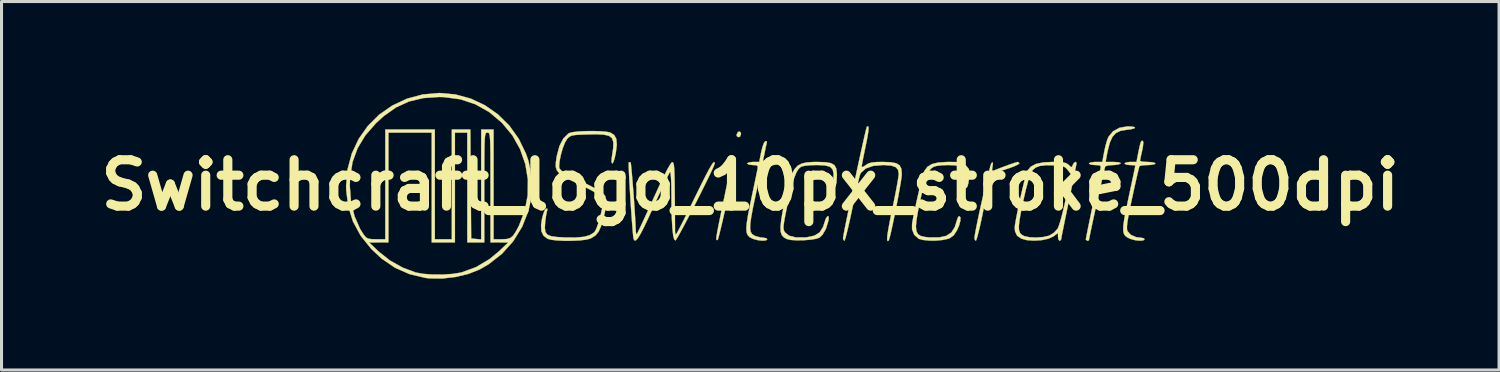
<source format=kicad_pcb>
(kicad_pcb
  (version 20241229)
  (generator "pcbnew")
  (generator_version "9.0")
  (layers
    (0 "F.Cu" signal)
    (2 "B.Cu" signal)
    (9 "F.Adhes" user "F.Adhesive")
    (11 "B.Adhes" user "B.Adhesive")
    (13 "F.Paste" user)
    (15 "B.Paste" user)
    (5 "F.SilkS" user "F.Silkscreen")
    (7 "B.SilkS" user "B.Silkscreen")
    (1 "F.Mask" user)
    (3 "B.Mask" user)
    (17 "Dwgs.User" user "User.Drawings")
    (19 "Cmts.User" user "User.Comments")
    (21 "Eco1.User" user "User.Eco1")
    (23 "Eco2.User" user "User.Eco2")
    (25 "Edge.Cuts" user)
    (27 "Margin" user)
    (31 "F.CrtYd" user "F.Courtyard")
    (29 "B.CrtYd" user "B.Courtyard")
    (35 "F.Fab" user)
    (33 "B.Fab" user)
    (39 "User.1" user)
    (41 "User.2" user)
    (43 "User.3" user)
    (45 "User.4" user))
  (footprint "Switchcraft_logo_10px_stroke_500dpi"
    (layer "F.Cu")
    (at 21.597 3.032)
    (property "Reference" "Switchcraft_logo_10px_stroke_500dpi" (at 0 0 0) (layer "F.SilkS") (effects (font (size 1.524 1.524) (thickness 0.3))))
    (attr through_hole)
    (fp_poly (pts (xy -0.308 -1.711) (xy -0.305 -1.681) (xy -0.337 -1.593) (xy -0.385 -1.575) (xy -0.446 -1.613) (xy -0.448 -1.659) (xy -0.406 -1.744) (xy -0.347 -1.763) (xy -0.308 -1.711)) (stroke (width 0.01) (type solid)) (fill yes) (layer "F.SilkS"))
    (fp_poly (pts (xy -0.568 -0.751) (xy -0.51 -0.723) (xy -0.508 -0.717) (xy -0.519 -0.638) (xy -0.548 -0.479) (xy -0.593 -0.259) (xy -0.65 0.007) (xy -0.714 0.303) (xy -0.782 0.611) (xy -0.851 0.915) (xy -0.916 1.199) (xy -0.975 1.446) (xy -1.023 1.64) (xy -1.057 1.763) (xy -1.071 1.801) (xy -1.108 1.804) (xy -1.118 1.746) (xy -1.107 1.667) (xy -1.079 1.505) (xy -1.035 1.277) (xy -0.978 0.997) (xy -0.913 0.683) (xy -0.889 0.57) (xy -0.822 0.25) (xy -0.762 -0.04) (xy -0.713 -0.283) (xy -0.679 -0.464) (xy -0.662 -0.567) (xy -0.66 -0.582) (xy -0.703 -0.647) (xy -0.762 -0.66) (xy -0.845 -0.682) (xy -0.864 -0.711) (xy -0.819 -0.745) (xy -0.709 -0.762) (xy -0.686 -0.762) (xy -0.568 -0.751)) (stroke (width 0.01) (type solid)) (fill yes) (layer "F.SilkS"))
    (fp_poly (pts (xy 8.838 -0.725) (xy 8.839 -0.715) (xy 8.795 -0.678) (xy 8.677 -0.622) (xy 8.512 -0.56) (xy 8.496 -0.555) (xy 8.321 -0.497) (xy 8.183 -0.444) (xy 8.074 -0.383) (xy 7.988 -0.303) (xy 7.917 -0.19) (xy 7.856 -0.034) (xy 7.796 0.18) (xy 7.732 0.462) (xy 7.656 0.825) (xy 7.615 1.029) (xy 7.557 1.299) (xy 7.502 1.529) (xy 7.456 1.705) (xy 7.422 1.808) (xy 7.408 1.829) (xy 7.373 1.787) (xy 7.366 1.74) (xy 7.377 1.643) (xy 7.408 1.469) (xy 7.454 1.237) (xy 7.511 0.963) (xy 7.576 0.664) (xy 7.646 0.357) (xy 7.715 0.058) (xy 7.781 -0.215) (xy 7.839 -0.447) (xy 7.886 -0.619) (xy 7.918 -0.715) (xy 7.926 -0.728) (xy 7.965 -0.749) (xy 7.969 -0.694) (xy 7.957 -0.617) (xy 7.942 -0.505) (xy 7.963 -0.47) (xy 8.014 -0.484) (xy 8.162 -0.544) (xy 8.34 -0.612) (xy 8.519 -0.677) (xy 8.673 -0.729) (xy 8.772 -0.759) (xy 8.791 -0.762) (xy 8.838 -0.725)) (stroke (width 0.01) (type solid)) (fill yes) (layer "F.SilkS"))
    (fp_poly (pts (xy 0.545 -1.439) (xy 0.541 -1.384) (xy 0.514 -1.274) (xy 0.484 -1.127) (xy 0.483 -1.118) (xy 0.453 -0.97) (xy 0.426 -0.856) (xy 0.425 -0.851) (xy 0.424 -0.798) (xy 0.474 -0.771) (xy 0.596 -0.762) (xy 0.657 -0.762) (xy 0.829 -0.751) (xy 0.904 -0.723) (xy 0.883 -0.69) (xy 0.765 -0.661) (xy 0.648 -0.65) (xy 0.382 -0.635) (xy 0.167 0.368) (xy 0.087 0.748) (xy 0.032 1.042) (xy 0.001 1.262) (xy -0.005 1.42) (xy 0.013 1.53) (xy 0.055 1.603) (xy 0.123 1.652) (xy 0.18 1.677) (xy 0.329 1.716) (xy 0.435 1.727) (xy 0.529 1.745) (xy 0.559 1.778) (xy 0.515 1.815) (xy 0.405 1.825) (xy 0.259 1.81) (xy 0.109 1.771) (xy 0.065 1.754) (xy -0.023 1.706) (xy -0.085 1.644) (xy -0.12 1.554) (xy -0.13 1.423) (xy -0.114 1.237) (xy -0.074 0.985) (xy -0.008 0.652) (xy 0.026 0.488) (xy 0.089 0.188) (xy 0.146 -0.084) (xy 0.193 -0.309) (xy 0.226 -0.47) (xy 0.242 -0.546) (xy 0.246 -0.622) (xy 0.198 -0.654) (xy 0.082 -0.66) (xy -0.038 -0.673) (xy -0.099 -0.703) (xy -0.102 -0.711) (xy -0.057 -0.743) (xy 0.055 -0.761) (xy 0.096 -0.762) (xy 0.294 -0.762) (xy 0.359 -1.09) (xy 0.403 -1.264) (xy 0.453 -1.393) (xy 0.495 -1.445) (xy 0.545 -1.439)) (stroke (width 0.01) (type solid)) (fill yes) (layer "F.SilkS"))
    (fp_poly (pts (xy 12.572 -1.92) (xy 12.64 -1.896) (xy 12.616 -1.865) (xy 12.502 -1.835) (xy 12.361 -1.817) (xy 12.163 -1.784) (xy 12.012 -1.712) (xy 11.898 -1.587) (xy 11.811 -1.395) (xy 11.74 -1.122) (xy 11.707 -0.953) (xy 11.673 -0.762) (xy 11.935 -0.762) (xy 12.091 -0.753) (xy 12.165 -0.729) (xy 12.167 -0.711) (xy 12.101 -0.68) (xy 11.972 -0.662) (xy 11.913 -0.66) (xy 11.77 -0.65) (xy 11.675 -0.624) (xy 11.659 -0.611) (xy 11.643 -0.554) (xy 11.609 -0.414) (xy 11.562 -0.209) (xy 11.504 0.045) (xy 11.44 0.331) (xy 11.373 0.632) (xy 11.308 0.931) (xy 11.247 1.212) (xy 11.195 1.457) (xy 11.155 1.65) (xy 11.131 1.774) (xy 11.125 1.811) (xy 11.086 1.828) (xy 11.074 1.829) (xy 11.025 1.791) (xy 11.024 1.779) (xy 11.034 1.721) (xy 11.061 1.58) (xy 11.103 1.374) (xy 11.155 1.119) (xy 11.214 0.834) (xy 11.276 0.534) (xy 11.339 0.236) (xy 11.398 -0.041) (xy 11.449 -0.282) (xy 11.49 -0.469) (xy 11.507 -0.546) (xy 11.514 -0.619) (xy 11.472 -0.652) (xy 11.357 -0.66) (xy 11.329 -0.66) (xy 11.202 -0.672) (xy 11.131 -0.7) (xy 11.125 -0.711) (xy 11.17 -0.742) (xy 11.285 -0.76) (xy 11.345 -0.762) (xy 11.565 -0.762) (xy 11.627 -1.1) (xy 11.671 -1.299) (xy 11.723 -1.479) (xy 11.765 -1.585) (xy 11.914 -1.766) (xy 12.129 -1.884) (xy 12.391 -1.93) (xy 12.408 -1.93) (xy 12.572 -1.92)) (stroke (width 0.01) (type solid)) (fill yes) (layer "F.SilkS"))
    (fp_poly (pts (xy 12.9 -1.45) (xy 12.911 -1.391) (xy 12.898 -1.264) (xy 12.872 -1.131) (xy 12.835 -0.968) (xy 12.81 -0.846) (xy 12.802 -0.8) (xy 12.848 -0.778) (xy 12.964 -0.765) (xy 13.056 -0.762) (xy 13.2 -0.753) (xy 13.292 -0.729) (xy 13.31 -0.711) (xy 13.264 -0.682) (xy 13.147 -0.664) (xy 13.059 -0.66) (xy 12.909 -0.653) (xy 12.807 -0.635) (xy 12.784 -0.622) (xy 12.767 -0.563) (xy 12.732 -0.42) (xy 12.683 -0.209) (xy 12.624 0.054) (xy 12.559 0.354) (xy 12.548 0.402) (xy 12.473 0.759) (xy 12.42 1.03) (xy 12.387 1.229) (xy 12.374 1.368) (xy 12.377 1.459) (xy 12.39 1.508) (xy 12.497 1.63) (xy 12.672 1.708) (xy 12.83 1.727) (xy 12.924 1.745) (xy 12.954 1.778) (xy 12.91 1.815) (xy 12.8 1.825) (xy 12.656 1.811) (xy 12.508 1.772) (xy 12.466 1.756) (xy 12.377 1.712) (xy 12.311 1.659) (xy 12.269 1.586) (xy 12.251 1.48) (xy 12.256 1.328) (xy 12.285 1.119) (xy 12.337 0.841) (xy 12.413 0.48) (xy 12.446 0.324) (xy 12.509 0.028) (xy 12.565 -0.232) (xy 12.609 -0.44) (xy 12.638 -0.581) (xy 12.649 -0.64) (xy 12.649 -0.641) (xy 12.604 -0.654) (xy 12.495 -0.66) (xy 12.471 -0.66) (xy 12.354 -0.673) (xy 12.295 -0.705) (xy 12.294 -0.711) (xy 12.339 -0.743) (xy 12.45 -0.761) (xy 12.49 -0.762) (xy 12.687 -0.762) (xy 12.749 -1.079) (xy 12.792 -1.283) (xy 12.825 -1.402) (xy 12.856 -1.454) (xy 12.891 -1.455) (xy 12.9 -1.45)) (stroke (width 0.01) (type solid)) (fill yes) (layer "F.SilkS"))
    (fp_poly (pts (xy 2.465 -0.754) (xy 2.649 -0.723) (xy 2.764 -0.659) (xy 2.823 -0.552) (xy 2.844 -0.391) (xy 2.845 -0.331) (xy 2.833 -0.089) (xy 2.798 0.056) (xy 2.741 0.102) (xy 2.723 0.056) (xy 2.72 -0.062) (xy 2.729 -0.179) (xy 2.737 -0.383) (xy 2.704 -0.521) (xy 2.615 -0.605) (xy 2.455 -0.648) (xy 2.211 -0.66) (xy 2.173 -0.66) (xy 1.968 -0.654) (xy 1.792 -0.636) (xy 1.679 -0.61) (xy 1.668 -0.605) (xy 1.588 -0.537) (xy 1.513 -0.414) (xy 1.439 -0.227) (xy 1.362 0.034) (xy 1.278 0.379) (xy 1.22 0.65) (xy 1.159 0.946) (xy 1.118 1.16) (xy 1.096 1.309) (xy 1.091 1.409) (xy 1.102 1.478) (xy 1.127 1.532) (xy 1.138 1.549) (xy 1.271 1.66) (xy 1.489 1.717) (xy 1.793 1.718) (xy 1.865 1.711) (xy 2.111 1.658) (xy 2.282 1.549) (xy 2.393 1.371) (xy 2.434 1.24) (xy 2.482 1.1) (xy 2.532 1.025) (xy 2.568 1.023) (xy 2.577 1.099) (xy 2.564 1.181) (xy 2.485 1.436) (xy 2.373 1.63) (xy 2.273 1.724) (xy 2.157 1.764) (xy 1.972 1.793) (xy 1.752 1.81) (xy 1.529 1.813) (xy 1.336 1.801) (xy 1.212 1.774) (xy 1.108 1.721) (xy 1.038 1.645) (xy 0.999 1.533) (xy 0.993 1.372) (xy 1.016 1.149) (xy 1.067 0.849) (xy 1.114 0.618) (xy 1.202 0.209) (xy 1.281 -0.11) (xy 1.362 -0.35) (xy 1.452 -0.523) (xy 1.56 -0.64) (xy 1.694 -0.711) (xy 1.864 -0.748) (xy 2.077 -0.761) (xy 2.196 -0.762) (xy 2.465 -0.754)) (stroke (width 0.01) (type solid)) (fill yes) (layer "F.SilkS"))
    (fp_poly (pts (xy 6.744 -0.759) (xy 6.886 -0.748) (xy 6.979 -0.721) (xy 7.052 -0.672) (xy 7.095 -0.631) (xy 7.172 -0.542) (xy 7.204 -0.453) (xy 7.201 -0.324) (xy 7.191 -0.24) (xy 7.162 -0.055) (xy 7.132 0.05) (xy 7.093 0.095) (xy 7.055 0.102) (xy 7.027 0.062) (xy 7.036 0.001) (xy 7.07 -0.181) (xy 7.068 -0.365) (xy 7.033 -0.517) (xy 6.981 -0.593) (xy 6.877 -0.63) (xy 6.705 -0.652) (xy 6.499 -0.66) (xy 6.292 -0.653) (xy 6.116 -0.63) (xy 6.027 -0.604) (xy 5.94 -0.547) (xy 5.864 -0.453) (xy 5.795 -0.311) (xy 5.727 -0.105) (xy 5.655 0.177) (xy 5.587 0.48) (xy 5.51 0.855) (xy 5.46 1.143) (xy 5.441 1.357) (xy 5.456 1.508) (xy 5.507 1.607) (xy 5.597 1.668) (xy 5.729 1.701) (xy 5.885 1.717) (xy 6.2 1.718) (xy 6.437 1.667) (xy 6.607 1.555) (xy 6.721 1.375) (xy 6.78 1.181) (xy 6.816 1.069) (xy 6.858 1.017) (xy 6.862 1.016) (xy 6.904 1.057) (xy 6.902 1.167) (xy 6.861 1.321) (xy 6.795 1.475) (xy 6.688 1.642) (xy 6.562 1.738) (xy 6.502 1.762) (xy 6.326 1.801) (xy 6.105 1.821) (xy 5.875 1.821) (xy 5.674 1.801) (xy 5.538 1.764) (xy 5.388 1.635) (xy 5.314 1.45) (xy 5.315 1.27) (xy 5.358 1.035) (xy 5.414 0.764) (xy 5.476 0.477) (xy 5.541 0.195) (xy 5.604 -0.063) (xy 5.659 -0.275) (xy 5.702 -0.421) (xy 5.721 -0.469) (xy 5.82 -0.602) (xy 5.964 -0.691) (xy 6.171 -0.742) (xy 6.456 -0.761) (xy 6.528 -0.762) (xy 6.744 -0.759)) (stroke (width 0.01) (type solid)) (fill yes) (layer "F.SilkS"))
    (fp_poly (pts (xy 3.887 -1.884) (xy 3.877 -1.754) (xy 3.841 -1.538) (xy 3.788 -1.275) (xy 3.738 -1.034) (xy 3.697 -0.829) (xy 3.669 -0.679) (xy 3.658 -0.606) (xy 3.658 -0.605) (xy 3.691 -0.596) (xy 3.774 -0.643) (xy 3.791 -0.657) (xy 3.88 -0.712) (xy 3.99 -0.744) (xy 4.151 -0.759) (xy 4.339 -0.762) (xy 4.608 -0.753) (xy 4.791 -0.72) (xy 4.904 -0.653) (xy 4.961 -0.543) (xy 4.978 -0.381) (xy 4.978 -0.365) (xy 4.969 -0.26) (xy 4.942 -0.083) (xy 4.902 0.15) (xy 4.853 0.42) (xy 4.798 0.709) (xy 4.74 0.998) (xy 4.683 1.27) (xy 4.631 1.506) (xy 4.588 1.688) (xy 4.556 1.798) (xy 4.545 1.822) (xy 4.51 1.838) (xy 4.495 1.79) (xy 4.501 1.672) (xy 4.53 1.477) (xy 4.581 1.198) (xy 4.657 0.827) (xy 4.667 0.776) (xy 4.732 0.461) (xy 4.789 0.173) (xy 4.834 -0.071) (xy 4.864 -0.254) (xy 4.877 -0.357) (xy 4.878 -0.365) (xy 4.855 -0.503) (xy 4.778 -0.592) (xy 4.634 -0.642) (xy 4.407 -0.66) (xy 4.352 -0.66) (xy 4.035 -0.632) (xy 3.796 -0.548) (xy 3.64 -0.411) (xy 3.616 -0.371) (xy 3.591 -0.295) (xy 3.551 -0.136) (xy 3.498 0.09) (xy 3.436 0.367) (xy 3.37 0.679) (xy 3.35 0.775) (xy 3.284 1.087) (xy 3.221 1.362) (xy 3.167 1.586) (xy 3.124 1.745) (xy 3.096 1.823) (xy 3.09 1.829) (xy 3.055 1.787) (xy 3.048 1.74) (xy 3.059 1.666) (xy 3.088 1.509) (xy 3.132 1.283) (xy 3.19 1.001) (xy 3.257 0.676) (xy 3.331 0.323) (xy 3.409 -0.045) (xy 3.488 -0.415) (xy 3.566 -0.773) (xy 3.639 -1.105) (xy 3.704 -1.398) (xy 3.759 -1.638) (xy 3.8 -1.811) (xy 3.825 -1.905) (xy 3.83 -1.917) (xy 3.871 -1.936) (xy 3.887 -1.884)) (stroke (width 0.01) (type solid)) (fill yes) (layer "F.SilkS"))
    (fp_poly (pts (xy 10.718 -0.73) (xy 10.718 -0.724) (xy 10.708 -0.666) (xy 10.68 -0.522) (xy 10.637 -0.307) (xy 10.581 -0.034) (xy 10.516 0.281) (xy 10.464 0.528) (xy 10.394 0.867) (xy 10.331 1.172) (xy 10.279 1.431) (xy 10.239 1.629) (xy 10.216 1.752) (xy 10.211 1.785) (xy 10.172 1.828) (xy 10.16 1.829) (xy 10.122 1.785) (xy 10.109 1.7) (xy 10.109 1.572) (xy 9.954 1.687) (xy 9.794 1.76) (xy 9.572 1.807) (xy 9.326 1.823) (xy 9.092 1.808) (xy 8.91 1.759) (xy 8.765 1.661) (xy 8.698 1.521) (xy 8.687 1.396) (xy 8.693 1.343) (xy 8.823 1.343) (xy 8.828 1.479) (xy 8.861 1.571) (xy 8.921 1.632) (xy 9.004 1.675) (xy 9.175 1.712) (xy 9.397 1.722) (xy 9.624 1.704) (xy 9.812 1.661) (xy 9.83 1.654) (xy 9.978 1.56) (xy 10.095 1.433) (xy 10.099 1.426) (xy 10.141 1.325) (xy 10.197 1.144) (xy 10.26 0.905) (xy 10.325 0.63) (xy 10.362 0.455) (xy 10.531 -0.362) (xy 10.429 -0.498) (xy 10.359 -0.575) (xy 10.274 -0.619) (xy 10.14 -0.642) (xy 10.002 -0.651) (xy 9.718 -0.655) (xy 9.513 -0.631) (xy 9.368 -0.576) (xy 9.265 -0.483) (xy 9.249 -0.462) (xy 9.197 -0.35) (xy 9.132 -0.15) (xy 9.057 0.128) (xy 8.978 0.47) (xy 8.964 0.535) (xy 8.891 0.885) (xy 8.844 1.15) (xy 8.823 1.343) (xy 8.693 1.343) (xy 8.698 1.296) (xy 8.728 1.121) (xy 8.773 0.892) (xy 8.828 0.629) (xy 8.888 0.355) (xy 8.949 0.089) (xy 9.006 -0.147) (xy 9.054 -0.332) (xy 9.089 -0.445) (xy 9.097 -0.464) (xy 9.211 -0.604) (xy 9.386 -0.697) (xy 9.633 -0.748) (xy 9.919 -0.762) (xy 10.144 -0.758) (xy 10.293 -0.745) (xy 10.388 -0.717) (xy 10.455 -0.67) (xy 10.462 -0.663) (xy 10.535 -0.596) (xy 10.569 -0.601) (xy 10.593 -0.663) (xy 10.637 -0.737) (xy 10.69 -0.765) (xy 10.718 -0.73)) (stroke (width 0.01) (type solid)) (fill yes) (layer "F.SilkS"))
    (fp_poly (pts (xy -1.169 -0.726) (xy -1.168 -0.713) (xy -1.191 -0.646) (xy -1.252 -0.506) (xy -1.347 -0.306) (xy -1.466 -0.062) (xy -1.603 0.214) (xy -1.75 0.506) (xy -1.9 0.8) (xy -2.047 1.081) (xy -2.182 1.337) (xy -2.298 1.552) (xy -2.388 1.712) (xy -2.445 1.803) (xy -2.46 1.818) (xy -2.501 1.778) (xy -2.534 1.64) (xy -2.56 1.406) (xy -2.578 1.08) (xy -2.588 0.665) (xy -2.591 0.294) (xy -2.593 0.032) (xy -2.601 -0.187) (xy -2.612 -0.346) (xy -2.626 -0.429) (xy -2.633 -0.437) (xy -2.665 -0.385) (xy -2.732 -0.253) (xy -2.828 -0.055) (xy -2.946 0.197) (xy -3.08 0.49) (xy -3.179 0.709) (xy -3.354 1.092) (xy -3.495 1.388) (xy -3.606 1.602) (xy -3.691 1.741) (xy -3.754 1.812) (xy -3.799 1.82) (xy -3.83 1.773) (xy -3.833 1.765) (xy -3.845 1.689) (xy -3.86 1.531) (xy -3.878 1.311) (xy -3.898 1.043) (xy -3.919 0.746) (xy -3.939 0.436) (xy -3.957 0.13) (xy -3.973 -0.155) (xy -3.985 -0.402) (xy -3.992 -0.595) (xy -3.994 -0.716) (xy -3.991 -0.751) (xy -3.936 -0.752) (xy -3.932 -0.748) (xy -3.921 -0.693) (xy -3.906 -0.554) (xy -3.887 -0.348) (xy -3.866 -0.094) (xy -3.843 0.191) (xy -3.821 0.491) (xy -3.801 0.786) (xy -3.783 1.061) (xy -3.77 1.296) (xy -3.762 1.475) (xy -3.761 1.52) (xy -3.749 1.601) (xy -3.727 1.61) (xy -3.698 1.557) (xy -3.634 1.424) (xy -3.54 1.223) (xy -3.422 0.969) (xy -3.287 0.674) (xy -3.173 0.421) (xy -2.997 0.036) (xy -2.846 -0.279) (xy -2.724 -0.519) (xy -2.633 -0.677) (xy -2.578 -0.749) (xy -2.57 -0.753) (xy -2.543 -0.749) (xy -2.523 -0.717) (xy -2.508 -0.645) (xy -2.497 -0.521) (xy -2.49 -0.333) (xy -2.484 -0.069) (xy -2.481 0.283) (xy -2.48 0.339) (xy -2.477 0.669) (xy -2.475 0.968) (xy -2.473 1.221) (xy -2.472 1.41) (xy -2.471 1.519) (xy -2.471 1.537) (xy -2.458 1.611) (xy -2.442 1.624) (xy -2.413 1.58) (xy -2.346 1.456) (xy -2.247 1.265) (xy -2.123 1.018) (xy -1.979 0.728) (xy -1.833 0.43) (xy -1.639 0.035) (xy -1.484 -0.273) (xy -1.364 -0.501) (xy -1.276 -0.655) (xy -1.217 -0.739) (xy -1.182 -0.761) (xy -1.169 -0.726)) (stroke (width 0.01) (type solid)) (fill yes) (layer "F.SilkS"))
    (fp_poly (pts (xy -4.937 -1.771) (xy -4.739 -1.756) (xy -4.608 -1.731) (xy -4.6 -1.728) (xy -4.472 -1.649) (xy -4.402 -1.522) (xy -4.384 -1.333) (xy -4.416 -1.068) (xy -4.416 -1.067) (xy -4.454 -0.892) (xy -4.494 -0.766) (xy -4.529 -0.712) (xy -4.532 -0.711) (xy -4.559 -0.758) (xy -4.551 -0.896) (xy -4.542 -0.953) (xy -4.503 -1.217) (xy -4.498 -1.409) (xy -4.54 -1.54) (xy -4.639 -1.619) (xy -4.808 -1.659) (xy -5.058 -1.671) (xy -5.3 -1.667) (xy -5.557 -1.659) (xy -5.733 -1.649) (xy -5.848 -1.632) (xy -5.923 -1.603) (xy -5.979 -1.559) (xy -6.02 -1.514) (xy -6.092 -1.391) (xy -6.163 -1.207) (xy -6.223 -0.995) (xy -6.265 -0.789) (xy -6.28 -0.621) (xy -6.271 -0.549) (xy -6.207 -0.478) (xy -6.052 -0.377) (xy -5.804 -0.245) (xy -5.596 -0.144) (xy -5.351 -0.025) (xy -5.132 0.088) (xy -4.959 0.186) (xy -4.852 0.255) (xy -4.839 0.266) (xy -4.766 0.36) (xy -4.732 0.482) (xy -4.735 0.651) (xy -4.776 0.884) (xy -4.826 1.093) (xy -4.902 1.351) (xy -4.984 1.53) (xy -5.085 1.652) (xy -5.222 1.739) (xy -5.269 1.76) (xy -5.404 1.793) (xy -5.608 1.816) (xy -5.851 1.827) (xy -6.106 1.828) (xy -6.344 1.817) (xy -6.537 1.795) (xy -6.655 1.763) (xy -6.792 1.66) (xy -6.863 1.513) (xy -6.873 1.308) (xy -6.844 1.115) (xy -6.799 0.943) (xy -6.749 0.819) (xy -6.709 0.771) (xy -6.662 0.778) (xy -6.674 0.84) (xy -6.698 0.94) (xy -6.724 1.1) (xy -6.737 1.215) (xy -6.749 1.405) (xy -6.73 1.538) (xy -6.667 1.625) (xy -6.544 1.677) (xy -6.348 1.704) (xy -6.081 1.719) (xy -5.732 1.721) (xy -5.468 1.697) (xy -5.275 1.644) (xy -5.14 1.559) (xy -5.111 1.53) (xy -5.062 1.441) (xy -5.002 1.281) (xy -4.942 1.08) (xy -4.92 0.996) (xy -4.869 0.778) (xy -4.845 0.611) (xy -4.858 0.482) (xy -4.918 0.376) (xy -5.035 0.276) (xy -5.219 0.17) (xy -5.481 0.04) (xy -5.612 -0.022) (xy -5.908 -0.165) (xy -6.123 -0.28) (xy -6.267 -0.381) (xy -6.352 -0.482) (xy -6.389 -0.596) (xy -6.388 -0.739) (xy -6.361 -0.923) (xy -6.354 -0.964) (xy -6.267 -1.289) (xy -6.14 -1.535) (xy -5.977 -1.694) (xy -5.942 -1.713) (xy -5.832 -1.741) (xy -5.649 -1.762) (xy -5.42 -1.774) (xy -5.173 -1.777) (xy -4.937 -1.771)) (stroke (width 0.01) (type solid)) (fill yes) (layer "F.SilkS"))
    (fp_poly (pts (xy -9.69 -2.98) (xy -9.186 -2.844) (xy -8.717 -2.624) (xy -8.291 -2.326) (xy -7.917 -1.957) (xy -7.606 -1.523) (xy -7.367 -1.029) (xy -7.284 -0.787) (xy -7.225 -0.494) (xy -7.195 -0.145) (xy -7.196 0.223) (xy -7.228 0.569) (xy -7.284 0.836) (xy -7.494 1.366) (xy -7.787 1.842) (xy -8.157 2.255) (xy -8.596 2.599) (xy -8.893 2.77) (xy -9.26 2.916) (xy -9.683 3.017) (xy -10.122 3.068) (xy -10.54 3.063) (xy -10.675 3.047) (xy -11.198 2.921) (xy -11.673 2.712) (xy -12.111 2.412) (xy -12.447 2.099) (xy -12.621 1.883) (xy -12.522 1.883) (xy -12.209 2.181) (xy -11.838 2.475) (xy -11.413 2.713) (xy -10.993 2.869) (xy -10.745 2.914) (xy -10.435 2.937) (xy -10.101 2.938) (xy -9.781 2.916) (xy -9.51 2.873) (xy -9.482 2.866) (xy -9.008 2.693) (xy -8.563 2.428) (xy -8.256 2.173) (xy -7.95 1.883) (xy -8.534 1.88) (xy -8.534 0.076) (xy -8.535 -0.399) (xy -8.535 -0.782) (xy -8.537 -1.084) (xy -8.541 -1.313) (xy -8.547 -1.481) (xy -8.556 -1.595) (xy -8.569 -1.668) (xy -8.585 -1.707) (xy -8.606 -1.724) (xy -8.632 -1.727) (xy -8.636 -1.727) (xy -8.663 -1.725) (xy -8.684 -1.71) (xy -8.701 -1.674) (xy -8.714 -1.606) (xy -8.724 -1.497) (xy -8.73 -1.337) (xy -8.734 -1.116) (xy -8.736 -0.824) (xy -8.737 -0.451) (xy -8.738 0.012) (xy -8.738 0.076) (xy -8.738 1.88) (xy -9.296 1.88) (xy -9.296 -1.727) (xy -9.703 -1.727) (xy -9.703 1.88) (xy -10.465 1.88) (xy -10.465 -1.727) (xy -11.887 -1.727) (xy -11.887 1.88) (xy -12.522 1.883) (xy -12.621 1.883) (xy -12.796 1.666) (xy -13.05 1.198) (xy -13.209 0.692) (xy -13.275 0.147) (xy -13.277 0.025) (xy -13.156 0.025) (xy -13.117 0.542) (xy -13.001 1.02) (xy -12.815 1.444) (xy -12.698 1.628) (xy -12.628 1.713) (xy -12.551 1.758) (xy -12.432 1.775) (xy -12.29 1.778) (xy -11.989 1.778) (xy -11.989 -1.829) (xy -10.363 -1.829) (xy -10.363 1.778) (xy -9.804 1.778) (xy -9.804 -1.829) (xy -9.196 -1.829) (xy -9.169 1.753) (xy -9.004 1.769) (xy -8.839 1.784) (xy -8.839 -1.829) (xy -8.433 -1.829) (xy -8.433 1.778) (xy -8.161 1.778) (xy -8 1.77) (xy -7.883 1.736) (xy -7.789 1.658) (xy -7.697 1.519) (xy -7.599 1.333) (xy -7.409 0.843) (xy -7.312 0.333) (xy -7.306 -0.183) (xy -7.39 -0.693) (xy -7.561 -1.182) (xy -7.817 -1.638) (xy -8.156 -2.046) (xy -8.16 -2.051) (xy -8.575 -2.4) (xy -9.028 -2.656) (xy -9.521 -2.82) (xy -10.059 -2.892) (xy -10.227 -2.896) (xy -10.746 -2.86) (xy -11.21 -2.749) (xy -11.635 -2.555) (xy -12.038 -2.271) (xy -12.298 -2.034) (xy -12.648 -1.632) (xy -12.901 -1.212) (xy -13.066 -0.759) (xy -13.146 -0.259) (xy -13.156 0.025) (xy -13.277 0.025) (xy -13.229 -0.523) (xy -13.089 -1.04) (xy -12.865 -1.517) (xy -12.564 -1.944) (xy -12.194 -2.313) (xy -11.761 -2.614) (xy -11.274 -2.841) (xy -10.759 -2.979) (xy -10.217 -3.027) (xy -9.69 -2.98)) (stroke (width 0.01) (type solid)) (fill yes) (layer "F.SilkS")))
  (gr_rect
    (start -3 -3)
    (end 46.195 9.105)
    (stroke (width 0.1) (type default))
    (fill no)
    (layer "Edge.Cuts")))
</source>
